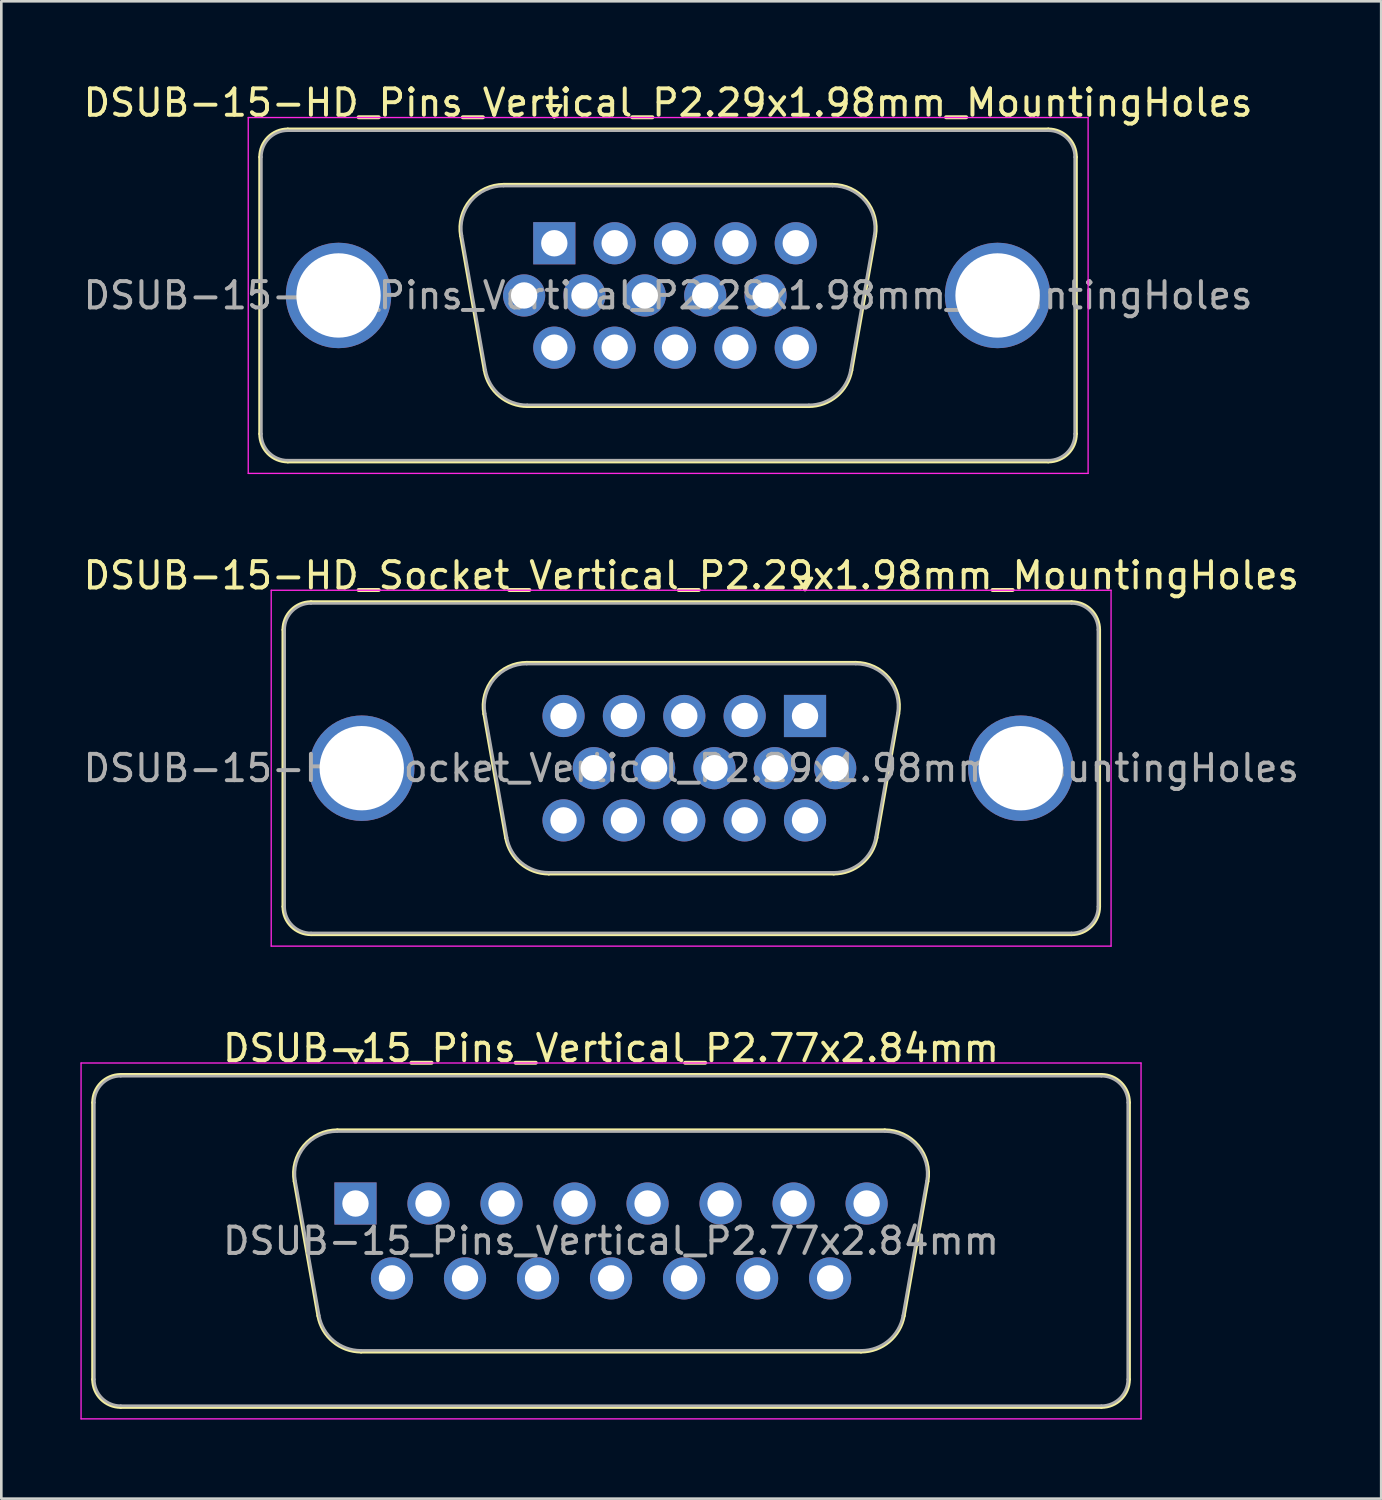
<source format=kicad_pcb>
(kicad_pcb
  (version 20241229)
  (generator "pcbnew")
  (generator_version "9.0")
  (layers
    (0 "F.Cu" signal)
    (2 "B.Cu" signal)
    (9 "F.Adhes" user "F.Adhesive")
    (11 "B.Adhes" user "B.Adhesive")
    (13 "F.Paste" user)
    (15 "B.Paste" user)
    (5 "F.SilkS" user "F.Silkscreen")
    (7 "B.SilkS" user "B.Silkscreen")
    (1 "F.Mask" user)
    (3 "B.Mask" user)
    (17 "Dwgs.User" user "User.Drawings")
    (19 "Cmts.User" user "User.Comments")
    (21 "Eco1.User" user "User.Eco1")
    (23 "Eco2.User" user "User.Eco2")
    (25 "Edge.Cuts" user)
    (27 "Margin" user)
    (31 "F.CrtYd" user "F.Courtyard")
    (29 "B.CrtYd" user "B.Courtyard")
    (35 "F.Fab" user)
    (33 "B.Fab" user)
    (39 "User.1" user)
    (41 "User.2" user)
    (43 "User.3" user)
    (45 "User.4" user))
  (footprint "DSUB-15-HD_Socket_Vertical_P2.29x1.98mm_MountingHoles"
    (layer "F.Cu")
    (at 27.488 24.111)
    (property "Reference" "DSUB-15-HD_Socket_Vertical_P2.29x1.98mm_MountingHoles" (at -4.315 -5.33 0) (layer "F.SilkS") (effects (font (size 1 1) (thickness 0.15))))
    (attr through_hole)
    (fp_line (start -19.8 7.23) (end -19.8 -3.27) (stroke (width 0.12) (type solid)) (layer "F.SilkS"))
    (fp_line (start -18.74 -4.33) (end 10.11 -4.33) (stroke (width 0.12) (type solid)) (layer "F.SilkS"))
    (fp_line (start -12.181 -0.082) (end -11.353 4.618) (stroke (width 0.12) (type solid)) (layer "F.SilkS"))
    (fp_line (start -10.547 -2.03) (end 1.917 -2.03) (stroke (width 0.12) (type solid)) (layer "F.SilkS"))
    (fp_line (start -9.718 5.99) (end 1.088 5.99) (stroke (width 0.12) (type solid)) (layer "F.SilkS"))
    (fp_line (start -0.25 -5.224) (end 0.25 -5.224) (stroke (width 0.12) (type solid)) (layer "F.SilkS"))
    (fp_line (start 0 -4.791) (end -0.25 -5.224) (stroke (width 0.12) (type solid)) (layer "F.SilkS"))
    (fp_line (start 0.25 -5.224) (end 0 -4.791) (stroke (width 0.12) (type solid)) (layer "F.SilkS"))
    (fp_line (start 3.551 -0.082) (end 2.723 4.618) (stroke (width 0.12) (type solid)) (layer "F.SilkS"))
    (fp_line (start 10.11 8.29) (end -18.74 8.29) (stroke (width 0.12) (type solid)) (layer "F.SilkS"))
    (fp_line (start 11.17 -3.27) (end 11.17 7.23) (stroke (width 0.12) (type solid)) (layer "F.SilkS"))
    (fp_arc (start -19.8 -3.27) (mid -19.489533 -4.019533) (end -18.74 -4.33) (stroke (width 0.12) (type solid)) (layer "F.SilkS"))
    (fp_arc (start -18.74 8.29) (mid -19.489533 7.979533) (end -19.8 7.23) (stroke (width 0.12) (type solid)) (layer "F.SilkS"))
    (fp_arc (start -12.18147 -0.081744) (mid -11.818323 -1.437027) (end -10.546689 -2.03) (stroke (width 0.12) (type solid)) (layer "F.SilkS"))
    (fp_arc (start -9.717952 5.99) (mid -10.78498 5.601634) (end -11.352733 4.618256) (stroke (width 0.12) (type solid)) (layer "F.SilkS"))
    (fp_arc (start 1.916689 -2.03) (mid 3.188323 -1.437027) (end 3.55147 -0.081744) (stroke (width 0.12) (type solid)) (layer "F.SilkS"))
    (fp_arc (start 2.722733 4.618256) (mid 2.15498 5.601634) (end 1.087952 5.99) (stroke (width 0.12) (type solid)) (layer "F.SilkS"))
    (fp_arc (start 10.11 -4.33) (mid 10.859533 -4.019533) (end 11.17 -3.27) (stroke (width 0.12) (type solid)) (layer "F.SilkS"))
    (fp_arc (start 11.17 7.23) (mid 10.859533 7.979533) (end 10.11 8.29) (stroke (width 0.12) (type solid)) (layer "F.SilkS"))
    (fp_line (start -20.25 -4.77) (end -20.25 8.73) (stroke (width 0.05) (type solid)) (layer "F.CrtYd"))
    (fp_line (start -20.25 8.73) (end 11.61 8.73) (stroke (width 0.05) (type solid)) (layer "F.CrtYd"))
    (fp_line (start 11.61 -4.77) (end -20.25 -4.77) (stroke (width 0.05) (type solid)) (layer "F.CrtYd"))
    (fp_line (start 11.61 8.73) (end 11.61 -4.77) (stroke (width 0.05) (type solid)) (layer "F.CrtYd"))
    (fp_line (start -19.74 7.23) (end -19.74 -3.27) (stroke (width 0.1) (type solid)) (layer "F.Fab"))
    (fp_line (start -18.74 -4.27) (end 10.11 -4.27) (stroke (width 0.1) (type solid)) (layer "F.Fab"))
    (fp_line (start -12.134 -0.092) (end -11.305 4.608) (stroke (width 0.1) (type solid)) (layer "F.Fab"))
    (fp_line (start -10.558 -1.97) (end 1.928 -1.97) (stroke (width 0.1) (type solid)) (layer "F.Fab"))
    (fp_line (start -9.729 5.93) (end 1.099 5.93) (stroke (width 0.1) (type solid)) (layer "F.Fab"))
    (fp_line (start 3.504 -0.092) (end 2.675 4.608) (stroke (width 0.1) (type solid)) (layer "F.Fab"))
    (fp_line (start 10.11 8.23) (end -18.74 8.23) (stroke (width 0.1) (type solid)) (layer "F.Fab"))
    (fp_line (start 11.11 -3.27) (end 11.11 7.23) (stroke (width 0.1) (type solid)) (layer "F.Fab"))
    (fp_arc (start -19.74 -3.27) (mid -19.447107 -3.977107) (end -18.74 -4.27) (stroke (width 0.1) (type solid)) (layer "F.Fab"))
    (fp_arc (start -18.74 8.23) (mid -19.447107 7.937107) (end -19.74 7.23) (stroke (width 0.1) (type solid)) (layer "F.Fab"))
    (fp_arc (start -12.133887 -0.092163) (mid -11.783865 -1.39846) (end -10.558194 -1.97) (stroke (width 0.1) (type solid)) (layer "F.Fab"))
    (fp_arc (start -9.729457 5.93) (mid -10.757918 5.555671) (end -11.30515 4.607837) (stroke (width 0.1) (type solid)) (layer "F.Fab"))
    (fp_arc (start 1.928194 -1.97) (mid 3.153865 -1.39846) (end 3.503887 -0.092163) (stroke (width 0.1) (type solid)) (layer "F.Fab"))
    (fp_arc (start 2.67515 4.607837) (mid 2.127918 5.555671) (end 1.099457 5.93) (stroke (width 0.1) (type solid)) (layer "F.Fab"))
    (fp_arc (start 10.11 -4.27) (mid 10.817107 -3.977107) (end 11.11 -3.27) (stroke (width 0.1) (type solid)) (layer "F.Fab"))
    (fp_arc (start 11.11 7.23) (mid 10.817107 7.937107) (end 10.11 8.23) (stroke (width 0.1) (type solid)) (layer "F.Fab"))
    (fp_text user "${REFERENCE}" (at -4.315 1.98 0) (layer "F.Fab") (effects (font (size 1 1) (thickness 0.15))))
    (pad "0" thru_hole circle (at -16.815 1.98) (size 4 4) (drill 3.2) (layers "*.Cu" "*.Mask"))
    (pad "0" thru_hole circle (at 8.185 1.98) (size 4 4) (drill 3.2) (layers "*.Cu" "*.Mask"))
    (pad "1" thru_hole rect (at 0 0) (size 1.6 1.6) (drill 1) (layers "*.Cu" "*.Mask"))
    (pad "2" thru_hole circle (at -2.29 0) (size 1.6 1.6) (drill 1) (layers "*.Cu" "*.Mask"))
    (pad "3" thru_hole circle (at -4.58 0) (size 1.6 1.6) (drill 1) (layers "*.Cu" "*.Mask"))
    (pad "4" thru_hole circle (at -6.87 0) (size 1.6 1.6) (drill 1) (layers "*.Cu" "*.Mask"))
    (pad "5" thru_hole circle (at -9.16 0) (size 1.6 1.6) (drill 1) (layers "*.Cu" "*.Mask"))
    (pad "6" thru_hole circle (at 1.145 1.98) (size 1.6 1.6) (drill 1) (layers "*.Cu" "*.Mask"))
    (pad "7" thru_hole circle (at -1.145 1.98) (size 1.6 1.6) (drill 1) (layers "*.Cu" "*.Mask"))
    (pad "8" thru_hole circle (at -3.435 1.98) (size 1.6 1.6) (drill 1) (layers "*.Cu" "*.Mask"))
    (pad "9" thru_hole circle (at -5.725 1.98) (size 1.6 1.6) (drill 1) (layers "*.Cu" "*.Mask"))
    (pad "10" thru_hole circle (at -8.015 1.98) (size 1.6 1.6) (drill 1) (layers "*.Cu" "*.Mask"))
    (pad "11" thru_hole circle (at 0 3.96) (size 1.6 1.6) (drill 1) (layers "*.Cu" "*.Mask"))
    (pad "12" thru_hole circle (at -2.29 3.96) (size 1.6 1.6) (drill 1) (layers "*.Cu" "*.Mask"))
    (pad "13" thru_hole circle (at -4.58 3.96) (size 1.6 1.6) (drill 1) (layers "*.Cu" "*.Mask"))
    (pad "14" thru_hole circle (at -6.87 3.96) (size 1.6 1.6) (drill 1) (layers "*.Cu" "*.Mask"))
    (pad "15" thru_hole circle (at -9.16 3.96) (size 1.6 1.6) (drill 1) (layers "*.Cu" "*.Mask")))
  (footprint "DSUB-15_Pins_Vertical_P2.77x2.84mm"
    (layer "F.Cu")
    (at 10.435 42.605)
    (property "Reference" "DSUB-15_Pins_Vertical_P2.77x2.84mm" (at 9.695 -5.89 0) (layer "F.SilkS") (effects (font (size 1 1) (thickness 0.15))))
    (attr through_hole)
    (fp_line (start -9.965 6.67) (end -9.965 -3.83) (stroke (width 0.12) (type solid)) (layer "F.SilkS"))
    (fp_line (start -8.905 -4.89) (end 28.295 -4.89) (stroke (width 0.12) (type solid)) (layer "F.SilkS"))
    (fp_line (start -2.321 -0.842) (end -1.422 4.258) (stroke (width 0.12) (type solid)) (layer "F.SilkS"))
    (fp_line (start -0.687 -2.79) (end 20.077 -2.79) (stroke (width 0.12) (type solid)) (layer "F.SilkS"))
    (fp_line (start -0.25 -5.784) (end 0.25 -5.784) (stroke (width 0.12) (type solid)) (layer "F.SilkS"))
    (fp_line (start 0 -5.351) (end -0.25 -5.784) (stroke (width 0.12) (type solid)) (layer "F.SilkS"))
    (fp_line (start 0.213 5.63) (end 19.177 5.63) (stroke (width 0.12) (type solid)) (layer "F.SilkS"))
    (fp_line (start 0.25 -5.784) (end 0 -5.351) (stroke (width 0.12) (type solid)) (layer "F.SilkS"))
    (fp_line (start 21.711 -0.842) (end 20.812 4.258) (stroke (width 0.12) (type solid)) (layer "F.SilkS"))
    (fp_line (start 28.295 7.73) (end -8.905 7.73) (stroke (width 0.12) (type solid)) (layer "F.SilkS"))
    (fp_line (start 29.355 -3.83) (end 29.355 6.67) (stroke (width 0.12) (type solid)) (layer "F.SilkS"))
    (fp_arc (start -9.965 -3.83) (mid -9.654533 -4.579533) (end -8.905 -4.89) (stroke (width 0.12) (type solid)) (layer "F.SilkS"))
    (fp_arc (start -8.905 7.73) (mid -9.654533 7.419533) (end -9.965 6.67) (stroke (width 0.12) (type solid)) (layer "F.SilkS"))
    (fp_arc (start -2.32147 -0.841744) (mid -1.958323 -2.197027) (end -0.686689 -2.79) (stroke (width 0.12) (type solid)) (layer "F.SilkS"))
    (fp_arc (start 0.212579 5.63) (mid -0.854449 5.241634) (end -1.422202 4.258256) (stroke (width 0.12) (type solid)) (layer "F.SilkS"))
    (fp_arc (start 20.076689 -2.79) (mid 21.348323 -2.197027) (end 21.71147 -0.841744) (stroke (width 0.12) (type solid)) (layer "F.SilkS"))
    (fp_arc (start 20.812202 4.258256) (mid 20.244449 5.241634) (end 19.177421 5.63) (stroke (width 0.12) (type solid)) (layer "F.SilkS"))
    (fp_arc (start 28.295 -4.89) (mid 29.044533 -4.579533) (end 29.355 -3.83) (stroke (width 0.12) (type solid)) (layer "F.SilkS"))
    (fp_arc (start 29.355 6.67) (mid 29.044533 7.419533) (end 28.295 7.73) (stroke (width 0.12) (type solid)) (layer "F.SilkS"))
    (fp_line (start -10.41 -5.33) (end -10.41 8.17) (stroke (width 0.05) (type solid)) (layer "F.CrtYd"))
    (fp_line (start -10.41 8.17) (end 29.8 8.17) (stroke (width 0.05) (type solid)) (layer "F.CrtYd"))
    (fp_line (start 29.8 -5.33) (end -10.41 -5.33) (stroke (width 0.05) (type solid)) (layer "F.CrtYd"))
    (fp_line (start 29.8 8.17) (end 29.8 -5.33) (stroke (width 0.05) (type solid)) (layer "F.CrtYd"))
    (fp_line (start -9.905 6.67) (end -9.905 -3.83) (stroke (width 0.1) (type solid)) (layer "F.Fab"))
    (fp_line (start -8.905 -4.83) (end 28.295 -4.83) (stroke (width 0.1) (type solid)) (layer "F.Fab"))
    (fp_line (start -2.274 -0.852) (end -1.375 4.248) (stroke (width 0.1) (type solid)) (layer "F.Fab"))
    (fp_line (start -0.698 -2.73) (end 20.088 -2.73) (stroke (width 0.1) (type solid)) (layer "F.Fab"))
    (fp_line (start 0.201 5.57) (end 19.189 5.57) (stroke (width 0.1) (type solid)) (layer "F.Fab"))
    (fp_line (start 21.664 -0.852) (end 20.765 4.248) (stroke (width 0.1) (type solid)) (layer "F.Fab"))
    (fp_line (start 28.295 7.67) (end -8.905 7.67) (stroke (width 0.1) (type solid)) (layer "F.Fab"))
    (fp_line (start 29.295 -3.83) (end 29.295 6.67) (stroke (width 0.1) (type solid)) (layer "F.Fab"))
    (fp_arc (start -9.905 -3.83) (mid -9.612107 -4.537107) (end -8.905 -4.83) (stroke (width 0.1) (type solid)) (layer "F.Fab"))
    (fp_arc (start -8.905 7.67) (mid -9.612107 7.377107) (end -9.905 6.67) (stroke (width 0.1) (type solid)) (layer "F.Fab"))
    (fp_arc (start -2.273887 -0.852163) (mid -1.923865 -2.15846) (end -0.698194 -2.73) (stroke (width 0.1) (type solid)) (layer "F.Fab"))
    (fp_arc (start 0.201073 5.57) (mid -0.827387 5.195671) (end -1.374619 4.247837) (stroke (width 0.1) (type solid)) (layer "F.Fab"))
    (fp_arc (start 20.088194 -2.73) (mid 21.313865 -2.15846) (end 21.663887 -0.852163) (stroke (width 0.1) (type solid)) (layer "F.Fab"))
    (fp_arc (start 20.764619 4.247837) (mid 20.217387 5.195671) (end 19.188927 5.57) (stroke (width 0.1) (type solid)) (layer "F.Fab"))
    (fp_arc (start 28.295 -4.83) (mid 29.002107 -4.537107) (end 29.295 -3.83) (stroke (width 0.1) (type solid)) (layer "F.Fab"))
    (fp_arc (start 29.295 6.67) (mid 29.002107 7.377107) (end 28.295 7.67) (stroke (width 0.1) (type solid)) (layer "F.Fab"))
    (fp_text user "${REFERENCE}" (at 9.695 1.42 0) (layer "F.Fab") (effects (font (size 1 1) (thickness 0.15))))
    (pad "1" thru_hole rect (at 0 0) (size 1.6 1.6) (drill 1) (layers "*.Cu" "*.Mask"))
    (pad "2" thru_hole circle (at 2.77 0) (size 1.6 1.6) (drill 1) (layers "*.Cu" "*.Mask"))
    (pad "3" thru_hole circle (at 5.54 0) (size 1.6 1.6) (drill 1) (layers "*.Cu" "*.Mask"))
    (pad "4" thru_hole circle (at 8.31 0) (size 1.6 1.6) (drill 1) (layers "*.Cu" "*.Mask"))
    (pad "5" thru_hole circle (at 11.08 0) (size 1.6 1.6) (drill 1) (layers "*.Cu" "*.Mask"))
    (pad "6" thru_hole circle (at 13.85 0) (size 1.6 1.6) (drill 1) (layers "*.Cu" "*.Mask"))
    (pad "7" thru_hole circle (at 16.62 0) (size 1.6 1.6) (drill 1) (layers "*.Cu" "*.Mask"))
    (pad "8" thru_hole circle (at 19.39 0) (size 1.6 1.6) (drill 1) (layers "*.Cu" "*.Mask"))
    (pad "9" thru_hole circle (at 1.385 2.84) (size 1.6 1.6) (drill 1) (layers "*.Cu" "*.Mask"))
    (pad "10" thru_hole circle (at 4.155 2.84) (size 1.6 1.6) (drill 1) (layers "*.Cu" "*.Mask"))
    (pad "11" thru_hole circle (at 6.925 2.84) (size 1.6 1.6) (drill 1) (layers "*.Cu" "*.Mask"))
    (pad "12" thru_hole circle (at 9.695 2.84) (size 1.6 1.6) (drill 1) (layers "*.Cu" "*.Mask"))
    (pad "13" thru_hole circle (at 12.465 2.84) (size 1.6 1.6) (drill 1) (layers "*.Cu" "*.Mask"))
    (pad "14" thru_hole circle (at 15.235 2.84) (size 1.6 1.6) (drill 1) (layers "*.Cu" "*.Mask"))
    (pad "15" thru_hole circle (at 18.005 2.84) (size 1.6 1.6) (drill 1) (layers "*.Cu" "*.Mask")))
  (footprint "DSUB-15-HD_Pins_Vertical_P2.29x1.98mm_MountingHoles"
    (layer "F.Cu")
    (at 17.977 6.178)
    (property "Reference" "DSUB-15-HD_Pins_Vertical_P2.29x1.98mm_MountingHoles" (at 4.315 -5.33 0) (layer "F.SilkS") (effects (font (size 1 1) (thickness 0.15))))
    (attr through_hole)
    (fp_line (start -11.17 7.23) (end -11.17 -3.27) (stroke (width 0.12) (type solid)) (layer "F.SilkS"))
    (fp_line (start -10.11 -4.33) (end 18.74 -4.33) (stroke (width 0.12) (type solid)) (layer "F.SilkS"))
    (fp_line (start -3.551 -0.282) (end -2.652 4.818) (stroke (width 0.12) (type solid)) (layer "F.SilkS"))
    (fp_line (start -1.917 -2.23) (end 10.547 -2.23) (stroke (width 0.12) (type solid)) (layer "F.SilkS"))
    (fp_line (start -1.017 6.19) (end 9.647 6.19) (stroke (width 0.12) (type solid)) (layer "F.SilkS"))
    (fp_line (start -0.25 -5.224) (end 0.25 -5.224) (stroke (width 0.12) (type solid)) (layer "F.SilkS"))
    (fp_line (start 0 -4.791) (end -0.25 -5.224) (stroke (width 0.12) (type solid)) (layer "F.SilkS"))
    (fp_line (start 0.25 -5.224) (end 0 -4.791) (stroke (width 0.12) (type solid)) (layer "F.SilkS"))
    (fp_line (start 12.181 -0.282) (end 11.282 4.818) (stroke (width 0.12) (type solid)) (layer "F.SilkS"))
    (fp_line (start 18.74 8.29) (end -10.11 8.29) (stroke (width 0.12) (type solid)) (layer "F.SilkS"))
    (fp_line (start 19.8 -3.27) (end 19.8 7.23) (stroke (width 0.12) (type solid)) (layer "F.SilkS"))
    (fp_arc (start -11.17 -3.27) (mid -10.859533 -4.019533) (end -10.11 -4.33) (stroke (width 0.12) (type solid)) (layer "F.SilkS"))
    (fp_arc (start -10.11 8.29) (mid -10.859533 7.979533) (end -11.17 7.23) (stroke (width 0.12) (type solid)) (layer "F.SilkS"))
    (fp_arc (start -3.55147 -0.281744) (mid -3.188323 -1.637027) (end -1.916689 -2.23) (stroke (width 0.12) (type solid)) (layer "F.SilkS"))
    (fp_arc (start -1.017421 6.19) (mid -2.084449 5.801634) (end -2.652202 4.818256) (stroke (width 0.12) (type solid)) (layer "F.SilkS"))
    (fp_arc (start 10.546689 -2.23) (mid 11.818323 -1.637027) (end 12.18147 -0.281744) (stroke (width 0.12) (type solid)) (layer "F.SilkS"))
    (fp_arc (start 11.282202 4.818256) (mid 10.714449 5.801634) (end 9.647421 6.19) (stroke (width 0.12) (type solid)) (layer "F.SilkS"))
    (fp_arc (start 18.74 -4.33) (mid 19.489533 -4.019533) (end 19.8 -3.27) (stroke (width 0.12) (type solid)) (layer "F.SilkS"))
    (fp_arc (start 19.8 7.23) (mid 19.489533 7.979533) (end 18.74 8.29) (stroke (width 0.12) (type solid)) (layer "F.SilkS"))
    (fp_line (start -11.61 -4.77) (end -11.61 8.73) (stroke (width 0.05) (type solid)) (layer "F.CrtYd"))
    (fp_line (start -11.61 8.73) (end 20.25 8.73) (stroke (width 0.05) (type solid)) (layer "F.CrtYd"))
    (fp_line (start 20.25 -4.77) (end -11.61 -4.77) (stroke (width 0.05) (type solid)) (layer "F.CrtYd"))
    (fp_line (start 20.25 8.73) (end 20.25 -4.77) (stroke (width 0.05) (type solid)) (layer "F.CrtYd"))
    (fp_line (start -11.11 7.23) (end -11.11 -3.27) (stroke (width 0.1) (type solid)) (layer "F.Fab"))
    (fp_line (start -10.11 -4.27) (end 18.74 -4.27) (stroke (width 0.1) (type solid)) (layer "F.Fab"))
    (fp_line (start -3.504 -0.292) (end -2.605 4.808) (stroke (width 0.1) (type solid)) (layer "F.Fab"))
    (fp_line (start -1.928 -2.17) (end 10.558 -2.17) (stroke (width 0.1) (type solid)) (layer "F.Fab"))
    (fp_line (start -1.029 6.13) (end 9.659 6.13) (stroke (width 0.1) (type solid)) (layer "F.Fab"))
    (fp_line (start 12.134 -0.292) (end 11.235 4.808) (stroke (width 0.1) (type solid)) (layer "F.Fab"))
    (fp_line (start 18.74 8.23) (end -10.11 8.23) (stroke (width 0.1) (type solid)) (layer "F.Fab"))
    (fp_line (start 19.74 -3.27) (end 19.74 7.23) (stroke (width 0.1) (type solid)) (layer "F.Fab"))
    (fp_arc (start -11.11 -3.27) (mid -10.817107 -3.977107) (end -10.11 -4.27) (stroke (width 0.1) (type solid)) (layer "F.Fab"))
    (fp_arc (start -10.11 8.23) (mid -10.817107 7.937107) (end -11.11 7.23) (stroke (width 0.1) (type solid)) (layer "F.Fab"))
    (fp_arc (start -3.503887 -0.292163) (mid -3.153865 -1.59846) (end -1.928194 -2.17) (stroke (width 0.1) (type solid)) (layer "F.Fab"))
    (fp_arc (start -1.028927 6.13) (mid -2.057387 5.755671) (end -2.604619 4.807837) (stroke (width 0.1) (type solid)) (layer "F.Fab"))
    (fp_arc (start 10.558194 -2.17) (mid 11.783865 -1.59846) (end 12.133887 -0.292163) (stroke (width 0.1) (type solid)) (layer "F.Fab"))
    (fp_arc (start 11.234619 4.807837) (mid 10.687387 5.755671) (end 9.658927 6.13) (stroke (width 0.1) (type solid)) (layer "F.Fab"))
    (fp_arc (start 18.74 -4.27) (mid 19.447107 -3.977107) (end 19.74 -3.27) (stroke (width 0.1) (type solid)) (layer "F.Fab"))
    (fp_arc (start 19.74 7.23) (mid 19.447107 7.937107) (end 18.74 8.23) (stroke (width 0.1) (type solid)) (layer "F.Fab"))
    (fp_text user "${REFERENCE}" (at 4.315 1.98 0) (layer "F.Fab") (effects (font (size 1 1) (thickness 0.15))))
    (pad "0" thru_hole circle (at -8.185 1.98) (size 4 4) (drill 3.2) (layers "*.Cu" "*.Mask"))
    (pad "0" thru_hole circle (at 16.815 1.98) (size 4 4) (drill 3.2) (layers "*.Cu" "*.Mask"))
    (pad "1" thru_hole rect (at 0 0) (size 1.6 1.6) (drill 1) (layers "*.Cu" "*.Mask"))
    (pad "2" thru_hole circle (at 2.29 0) (size 1.6 1.6) (drill 1) (layers "*.Cu" "*.Mask"))
    (pad "3" thru_hole circle (at 4.58 0) (size 1.6 1.6) (drill 1) (layers "*.Cu" "*.Mask"))
    (pad "4" thru_hole circle (at 6.87 0) (size 1.6 1.6) (drill 1) (layers "*.Cu" "*.Mask"))
    (pad "5" thru_hole circle (at 9.16 0) (size 1.6 1.6) (drill 1) (layers "*.Cu" "*.Mask"))
    (pad "6" thru_hole circle (at -1.145 1.98) (size 1.6 1.6) (drill 1) (layers "*.Cu" "*.Mask"))
    (pad "7" thru_hole circle (at 1.145 1.98) (size 1.6 1.6) (drill 1) (layers "*.Cu" "*.Mask"))
    (pad "8" thru_hole circle (at 3.435 1.98) (size 1.6 1.6) (drill 1) (layers "*.Cu" "*.Mask"))
    (pad "9" thru_hole circle (at 5.725 1.98) (size 1.6 1.6) (drill 1) (layers "*.Cu" "*.Mask"))
    (pad "10" thru_hole circle (at 8.015 1.98) (size 1.6 1.6) (drill 1) (layers "*.Cu" "*.Mask"))
    (pad "11" thru_hole circle (at 0 3.96) (size 1.6 1.6) (drill 1) (layers "*.Cu" "*.Mask"))
    (pad "12" thru_hole circle (at 2.29 3.96) (size 1.6 1.6) (drill 1) (layers "*.Cu" "*.Mask"))
    (pad "13" thru_hole circle (at 4.58 3.96) (size 1.6 1.6) (drill 1) (layers "*.Cu" "*.Mask"))
    (pad "14" thru_hole circle (at 6.87 3.96) (size 1.6 1.6) (drill 1) (layers "*.Cu" "*.Mask"))
    (pad "15" thru_hole circle (at 9.16 3.96) (size 1.6 1.6) (drill 1) (layers "*.Cu" "*.Mask")))
  (gr_rect
    (start -3 -3)
    (end 49.345 53.8)
    (stroke (width 0.1) (type default))
    (fill no)
    (layer "Edge.Cuts")))
</source>
